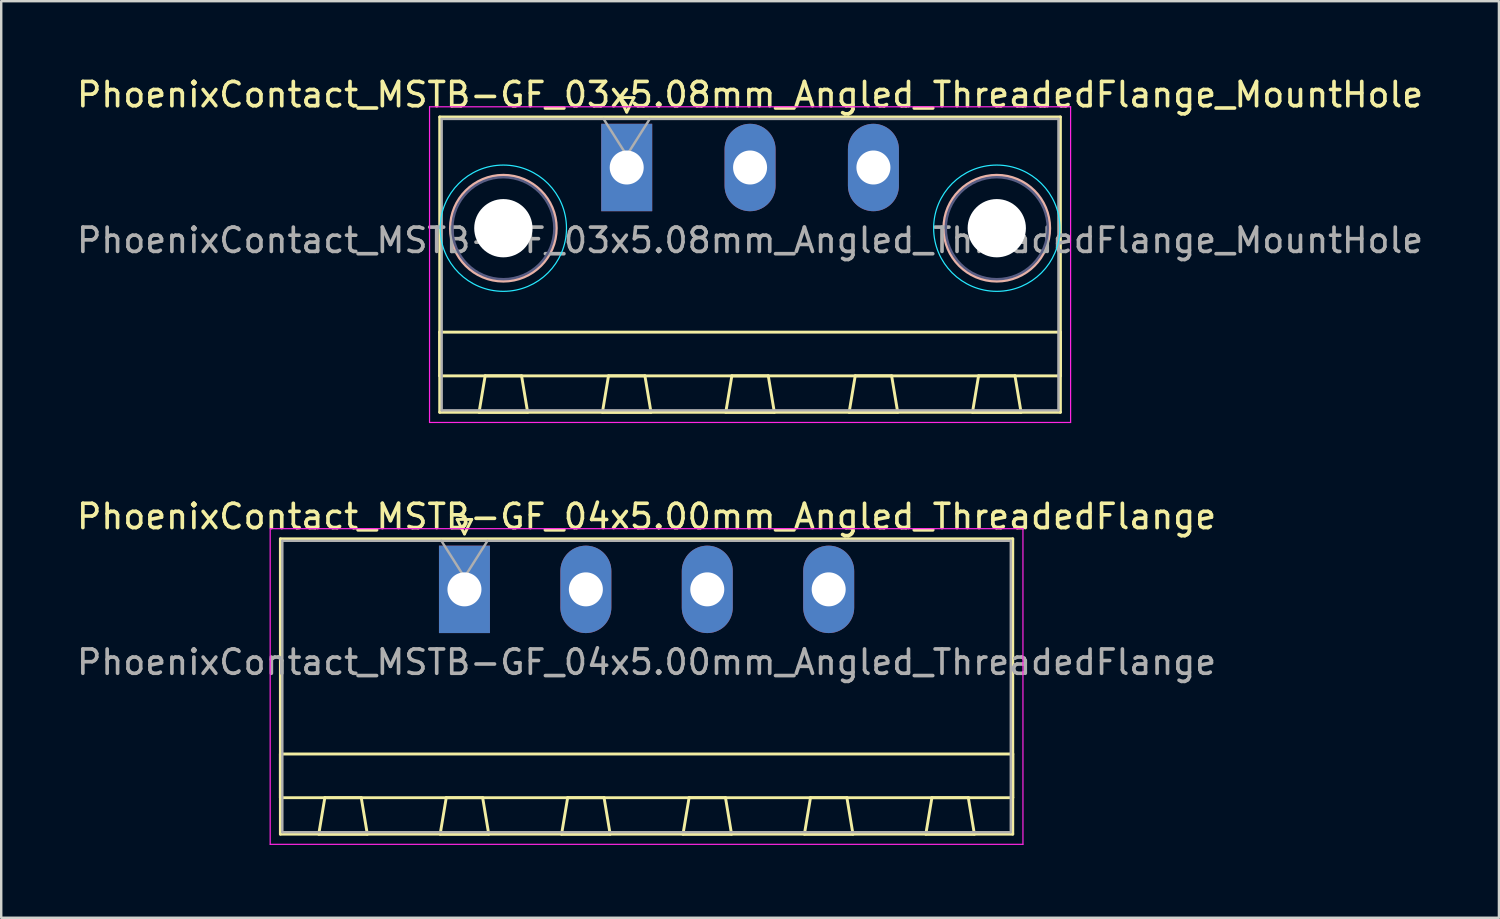
<source format=kicad_pcb>
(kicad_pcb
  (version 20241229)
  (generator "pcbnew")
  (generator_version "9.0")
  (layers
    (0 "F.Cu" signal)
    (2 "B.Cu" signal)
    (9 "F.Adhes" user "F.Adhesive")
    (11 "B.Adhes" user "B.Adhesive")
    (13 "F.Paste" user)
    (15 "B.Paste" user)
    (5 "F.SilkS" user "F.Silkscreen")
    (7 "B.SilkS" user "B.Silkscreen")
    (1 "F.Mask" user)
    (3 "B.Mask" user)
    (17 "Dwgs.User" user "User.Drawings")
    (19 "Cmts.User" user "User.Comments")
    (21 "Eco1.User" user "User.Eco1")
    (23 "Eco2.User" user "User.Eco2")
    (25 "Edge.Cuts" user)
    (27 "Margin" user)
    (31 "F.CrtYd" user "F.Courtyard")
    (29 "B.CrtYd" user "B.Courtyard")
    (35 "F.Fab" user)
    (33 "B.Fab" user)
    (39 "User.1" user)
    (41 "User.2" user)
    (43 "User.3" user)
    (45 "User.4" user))
  (footprint "PhoenixContact_MSTB-GF_04x5.00mm_Angled_ThreadedFlange"
    (layer "F.Cu")
    (at 16.077 21.221)
    (property "Reference" "PhoenixContact_MSTB-GF_04x5.00mm_Angled_ThreadedFlange" (at 7.5 -3 0) (layer "F.SilkS") (effects (font (size 1 1) (thickness 0.15))))
    (attr through_hole)
    (fp_line (start -7.58 -2.08) (end -7.58 10.08) (stroke (width 0.12) (type solid)) (layer "F.SilkS"))
    (fp_line (start -7.58 6.78) (end 22.58 6.78) (stroke (width 0.12) (type solid)) (layer "F.SilkS"))
    (fp_line (start -7.58 8.58) (end -7.58 6.78) (stroke (width 0.12) (type solid)) (layer "F.SilkS"))
    (fp_line (start -7.58 10.08) (end 22.58 10.08) (stroke (width 0.12) (type solid)) (layer "F.SilkS"))
    (fp_line (start -6 10.08) (end -4 10.08) (stroke (width 0.12) (type solid)) (layer "F.SilkS"))
    (fp_line (start -5.75 8.58) (end -6 10.08) (stroke (width 0.12) (type solid)) (layer "F.SilkS"))
    (fp_line (start -4.25 8.58) (end -5.75 8.58) (stroke (width 0.12) (type solid)) (layer "F.SilkS"))
    (fp_line (start -4 10.08) (end -4.25 8.58) (stroke (width 0.12) (type solid)) (layer "F.SilkS"))
    (fp_line (start -1 10.08) (end 1 10.08) (stroke (width 0.12) (type solid)) (layer "F.SilkS"))
    (fp_line (start -0.75 8.58) (end -1 10.08) (stroke (width 0.12) (type solid)) (layer "F.SilkS"))
    (fp_line (start -0.3 -2.88) (end 0.3 -2.88) (stroke (width 0.12) (type solid)) (layer "F.SilkS"))
    (fp_line (start 0 -2.28) (end -0.3 -2.88) (stroke (width 0.12) (type solid)) (layer "F.SilkS"))
    (fp_line (start 0.3 -2.88) (end 0 -2.28) (stroke (width 0.12) (type solid)) (layer "F.SilkS"))
    (fp_line (start 0.75 8.58) (end -0.75 8.58) (stroke (width 0.12) (type solid)) (layer "F.SilkS"))
    (fp_line (start 1 10.08) (end 0.75 8.58) (stroke (width 0.12) (type solid)) (layer "F.SilkS"))
    (fp_line (start 4 10.08) (end 6 10.08) (stroke (width 0.12) (type solid)) (layer "F.SilkS"))
    (fp_line (start 4.25 8.58) (end 4 10.08) (stroke (width 0.12) (type solid)) (layer "F.SilkS"))
    (fp_line (start 5.75 8.58) (end 4.25 8.58) (stroke (width 0.12) (type solid)) (layer "F.SilkS"))
    (fp_line (start 6 10.08) (end 5.75 8.58) (stroke (width 0.12) (type solid)) (layer "F.SilkS"))
    (fp_line (start 9 10.08) (end 11 10.08) (stroke (width 0.12) (type solid)) (layer "F.SilkS"))
    (fp_line (start 9.25 8.58) (end 9 10.08) (stroke (width 0.12) (type solid)) (layer "F.SilkS"))
    (fp_line (start 10.75 8.58) (end 9.25 8.58) (stroke (width 0.12) (type solid)) (layer "F.SilkS"))
    (fp_line (start 11 10.08) (end 10.75 8.58) (stroke (width 0.12) (type solid)) (layer "F.SilkS"))
    (fp_line (start 14 10.08) (end 16 10.08) (stroke (width 0.12) (type solid)) (layer "F.SilkS"))
    (fp_line (start 14.25 8.58) (end 14 10.08) (stroke (width 0.12) (type solid)) (layer "F.SilkS"))
    (fp_line (start 15.75 8.58) (end 14.25 8.58) (stroke (width 0.12) (type solid)) (layer "F.SilkS"))
    (fp_line (start 16 10.08) (end 15.75 8.58) (stroke (width 0.12) (type solid)) (layer "F.SilkS"))
    (fp_line (start 19 10.08) (end 21 10.08) (stroke (width 0.12) (type solid)) (layer "F.SilkS"))
    (fp_line (start 19.25 8.58) (end 19 10.08) (stroke (width 0.12) (type solid)) (layer "F.SilkS"))
    (fp_line (start 20.75 8.58) (end 19.25 8.58) (stroke (width 0.12) (type solid)) (layer "F.SilkS"))
    (fp_line (start 21 10.08) (end 20.75 8.58) (stroke (width 0.12) (type solid)) (layer "F.SilkS"))
    (fp_line (start 22.58 -2.08) (end -7.58 -2.08) (stroke (width 0.12) (type solid)) (layer "F.SilkS"))
    (fp_line (start 22.58 6.78) (end 22.58 8.58) (stroke (width 0.12) (type solid)) (layer "F.SilkS"))
    (fp_line (start 22.58 8.58) (end -7.58 8.58) (stroke (width 0.12) (type solid)) (layer "F.SilkS"))
    (fp_line (start 22.58 10.08) (end 22.58 -2.08) (stroke (width 0.12) (type solid)) (layer "F.SilkS"))
    (fp_line (start -8 -2.5) (end -8 10.5) (stroke (width 0.05) (type solid)) (layer "F.CrtYd"))
    (fp_line (start -8 10.5) (end 23 10.5) (stroke (width 0.05) (type solid)) (layer "F.CrtYd"))
    (fp_line (start 23 -2.5) (end -8 -2.5) (stroke (width 0.05) (type solid)) (layer "F.CrtYd"))
    (fp_line (start 23 10.5) (end 23 -2.5) (stroke (width 0.05) (type solid)) (layer "F.CrtYd"))
    (fp_line (start -7.5 -2) (end -7.5 10) (stroke (width 0.1) (type solid)) (layer "F.Fab"))
    (fp_line (start -7.5 10) (end 22.5 10) (stroke (width 0.1) (type solid)) (layer "F.Fab"))
    (fp_line (start 0 -0.5) (end -0.95 -2) (stroke (width 0.1) (type solid)) (layer "F.Fab"))
    (fp_line (start 0.95 -2) (end 0 -0.5) (stroke (width 0.1) (type solid)) (layer "F.Fab"))
    (fp_line (start 22.5 -2) (end -7.5 -2) (stroke (width 0.1) (type solid)) (layer "F.Fab"))
    (fp_line (start 22.5 10) (end 22.5 -2) (stroke (width 0.1) (type solid)) (layer "F.Fab"))
    (fp_text user "${REFERENCE}" (at 7.5 3 0) (layer "F.Fab") (effects (font (size 1 1) (thickness 0.15))))
    (pad "1" thru_hole rect (at 0 0) (size 2.1 3.6) (drill 1.4) (layers "*.Cu" "*.Mask"))
    (pad "2" thru_hole oval (at 5 0) (size 2.1 3.6) (drill 1.4) (layers "*.Cu" "*.Mask"))
    (pad "3" thru_hole oval (at 10 0) (size 2.1 3.6) (drill 1.4) (layers "*.Cu" "*.Mask"))
    (pad "4" thru_hole oval (at 15 0) (size 2.1 3.6) (drill 1.4) (layers "*.Cu" "*.Mask")))
  (footprint "PhoenixContact_MSTB-GF_03x5.08mm_Angled_ThreadedFlange_MountHole"
    (layer "F.Cu")
    (at 22.759 3.848)
    (property "Reference" "PhoenixContact_MSTB-GF_03x5.08mm_Angled_ThreadedFlange_MountHole" (at 5.08 -3 0) (layer "F.SilkS") (effects (font (size 1 1) (thickness 0.15))))
    (attr through_hole)
    (fp_line (start -7.7 -2.08) (end -7.7 10.08) (stroke (width 0.12) (type solid)) (layer "F.SilkS"))
    (fp_line (start -7.7 6.78) (end 17.86 6.78) (stroke (width 0.12) (type solid)) (layer "F.SilkS"))
    (fp_line (start -7.7 8.58) (end -7.7 6.78) (stroke (width 0.12) (type solid)) (layer "F.SilkS"))
    (fp_line (start -7.7 10.08) (end 17.86 10.08) (stroke (width 0.12) (type solid)) (layer "F.SilkS"))
    (fp_line (start -6.08 10.08) (end -4.08 10.08) (stroke (width 0.12) (type solid)) (layer "F.SilkS"))
    (fp_line (start -5.83 8.58) (end -6.08 10.08) (stroke (width 0.12) (type solid)) (layer "F.SilkS"))
    (fp_line (start -4.33 8.58) (end -5.83 8.58) (stroke (width 0.12) (type solid)) (layer "F.SilkS"))
    (fp_line (start -4.08 10.08) (end -4.33 8.58) (stroke (width 0.12) (type solid)) (layer "F.SilkS"))
    (fp_line (start -1 10.08) (end 1 10.08) (stroke (width 0.12) (type solid)) (layer "F.SilkS"))
    (fp_line (start -0.75 8.58) (end -1 10.08) (stroke (width 0.12) (type solid)) (layer "F.SilkS"))
    (fp_line (start -0.3 -2.88) (end 0.3 -2.88) (stroke (width 0.12) (type solid)) (layer "F.SilkS"))
    (fp_line (start 0 -2.28) (end -0.3 -2.88) (stroke (width 0.12) (type solid)) (layer "F.SilkS"))
    (fp_line (start 0.3 -2.88) (end 0 -2.28) (stroke (width 0.12) (type solid)) (layer "F.SilkS"))
    (fp_line (start 0.75 8.58) (end -0.75 8.58) (stroke (width 0.12) (type solid)) (layer "F.SilkS"))
    (fp_line (start 1 10.08) (end 0.75 8.58) (stroke (width 0.12) (type solid)) (layer "F.SilkS"))
    (fp_line (start 4.08 10.08) (end 6.08 10.08) (stroke (width 0.12) (type solid)) (layer "F.SilkS"))
    (fp_line (start 4.33 8.58) (end 4.08 10.08) (stroke (width 0.12) (type solid)) (layer "F.SilkS"))
    (fp_line (start 5.83 8.58) (end 4.33 8.58) (stroke (width 0.12) (type solid)) (layer "F.SilkS"))
    (fp_line (start 6.08 10.08) (end 5.83 8.58) (stroke (width 0.12) (type solid)) (layer "F.SilkS"))
    (fp_line (start 9.16 10.08) (end 11.16 10.08) (stroke (width 0.12) (type solid)) (layer "F.SilkS"))
    (fp_line (start 9.41 8.58) (end 9.16 10.08) (stroke (width 0.12) (type solid)) (layer "F.SilkS"))
    (fp_line (start 10.91 8.58) (end 9.41 8.58) (stroke (width 0.12) (type solid)) (layer "F.SilkS"))
    (fp_line (start 11.16 10.08) (end 10.91 8.58) (stroke (width 0.12) (type solid)) (layer "F.SilkS"))
    (fp_line (start 14.24 10.08) (end 16.24 10.08) (stroke (width 0.12) (type solid)) (layer "F.SilkS"))
    (fp_line (start 14.49 8.58) (end 14.24 10.08) (stroke (width 0.12) (type solid)) (layer "F.SilkS"))
    (fp_line (start 15.99 8.58) (end 14.49 8.58) (stroke (width 0.12) (type solid)) (layer "F.SilkS"))
    (fp_line (start 16.24 10.08) (end 15.99 8.58) (stroke (width 0.12) (type solid)) (layer "F.SilkS"))
    (fp_line (start 17.86 -2.08) (end -7.7 -2.08) (stroke (width 0.12) (type solid)) (layer "F.SilkS"))
    (fp_line (start 17.86 6.78) (end 17.86 8.58) (stroke (width 0.12) (type solid)) (layer "F.SilkS"))
    (fp_line (start 17.86 8.58) (end -7.7 8.58) (stroke (width 0.12) (type solid)) (layer "F.SilkS"))
    (fp_line (start 17.86 10.08) (end 17.86 -2.08) (stroke (width 0.12) (type solid)) (layer "F.SilkS"))
    (fp_circle (center -5.08 2.5) (end -2.9 2.5) (stroke (width 0.12) (type solid)) (fill no) (layer "B.SilkS"))
    (fp_circle (center 15.24 2.5) (end 17.42 2.5) (stroke (width 0.12) (type solid)) (fill no) (layer "B.SilkS"))
    (fp_circle (center -5.08 2.5) (end -2.48 2.5) (stroke (width 0.05) (type solid)) (fill no) (layer "B.CrtYd"))
    (fp_circle (center 15.24 2.5) (end 17.84 2.5) (stroke (width 0.05) (type solid)) (fill no) (layer "B.CrtYd"))
    (fp_line (start -8.12 -2.5) (end -8.12 10.5) (stroke (width 0.05) (type solid)) (layer "F.CrtYd"))
    (fp_line (start -8.12 10.5) (end 18.28 10.5) (stroke (width 0.05) (type solid)) (layer "F.CrtYd"))
    (fp_line (start 18.28 -2.5) (end -8.12 -2.5) (stroke (width 0.05) (type solid)) (layer "F.CrtYd"))
    (fp_line (start 18.28 10.5) (end 18.28 -2.5) (stroke (width 0.05) (type solid)) (layer "F.CrtYd"))
    (fp_circle (center -5.08 2.5) (end -2.98 2.5) (stroke (width 0.1) (type solid)) (fill no) (layer "B.Fab"))
    (fp_circle (center 15.24 2.5) (end 17.34 2.5) (stroke (width 0.1) (type solid)) (fill no) (layer "B.Fab"))
    (fp_line (start -7.62 -2) (end -7.62 10) (stroke (width 0.1) (type solid)) (layer "F.Fab"))
    (fp_line (start -7.62 10) (end 17.78 10) (stroke (width 0.1) (type solid)) (layer "F.Fab"))
    (fp_line (start 0 -0.5) (end -0.95 -2) (stroke (width 0.1) (type solid)) (layer "F.Fab"))
    (fp_line (start 0.95 -2) (end 0 -0.5) (stroke (width 0.1) (type solid)) (layer "F.Fab"))
    (fp_line (start 17.78 -2) (end -7.62 -2) (stroke (width 0.1) (type solid)) (layer "F.Fab"))
    (fp_line (start 17.78 10) (end 17.78 -2) (stroke (width 0.1) (type solid)) (layer "F.Fab"))
    (fp_text user "${REFERENCE}" (at 5.08 3 0) (layer "F.Fab") (effects (font (size 1 1) (thickness 0.15))))
    (pad "" np_thru_hole circle (at -5.08 2.5) (size 2.4 2.4) (drill 2.4) (layers "*.Cu" "*.Mask"))
    (pad "" np_thru_hole circle (at 15.24 2.5) (size 2.4 2.4) (drill 2.4) (layers "*.Cu" "*.Mask"))
    (pad "1" thru_hole rect (at 0 0) (size 2.1 3.6) (drill 1.4) (layers "*.Cu" "*.Mask"))
    (pad "2" thru_hole oval (at 5.08 0) (size 2.1 3.6) (drill 1.4) (layers "*.Cu" "*.Mask"))
    (pad "3" thru_hole oval (at 10.16 0) (size 2.1 3.6) (drill 1.4) (layers "*.Cu" "*.Mask")))
  (gr_rect
    (start -3 -3)
    (end 58.679 34.746)
    (stroke (width 0.1) (type default))
    (fill no)
    (layer "Edge.Cuts")))
</source>
